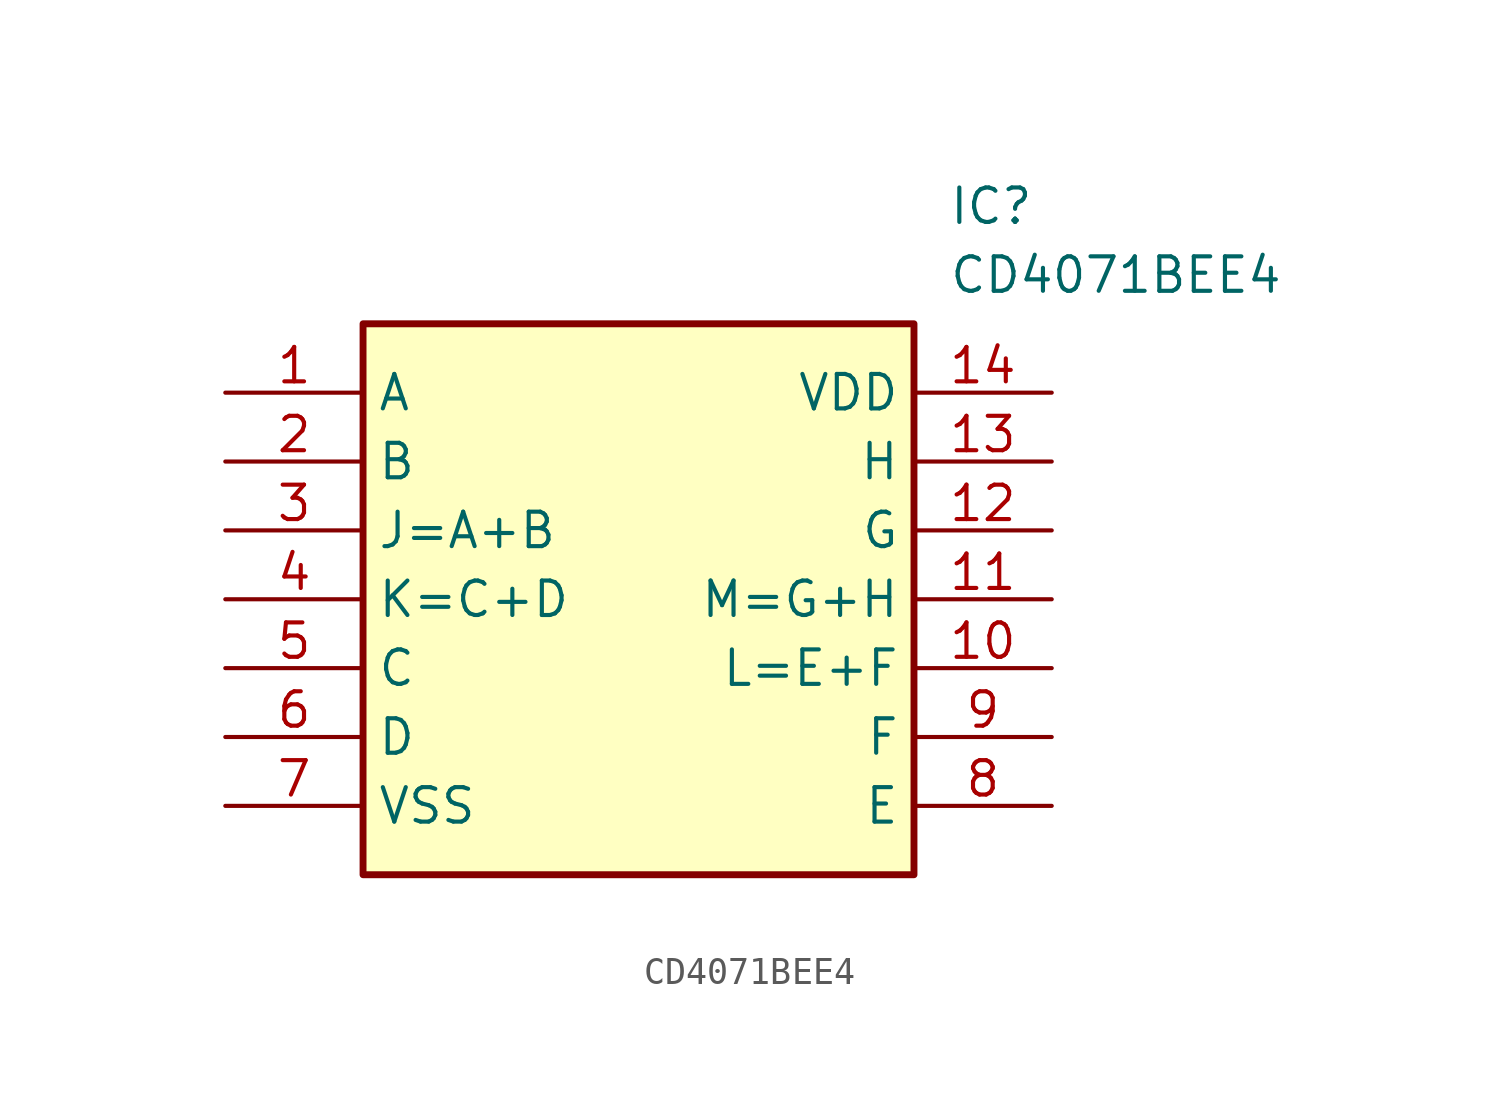
<source format=kicad_sym>
(kicad_symbol_lib
  (version 20211014)
  (generator SamacSys_ECAD_Model)
  (symbol "CD4071BEE4"
    (property "Reference" "IC"
      (at 26.67 7.62 0)
      (effects (font (size 1.27 1.27)) (justify left top)))
    (property "Value" "CD4071BEE4"
      (at 26.67 5.08 0)
      (effects (font (size 1.27 1.27)) (justify left top)))
    (rectangle
      (start 5.08 2.54)
      (end 25.4 -17.78)
      (stroke (width 0.254) (type default))
      (fill (type background)))
    (pin passive line
      (at 0 0 0)
      (length 5.08)
      (name "A" (effects (font (size 1.27 1.27))))
      (number "1" (effects (font (size 1.27 1.27)))))
    (pin passive line
      (at 0 -2.54 0)
      (length 5.08)
      (name "B" (effects (font (size 1.27 1.27))))
      (number "2" (effects (font (size 1.27 1.27)))))
    (pin passive line
      (at 0 -5.08 0)
      (length 5.08)
      (name "J=A+B" (effects (font (size 1.27 1.27))))
      (number "3" (effects (font (size 1.27 1.27)))))
    (pin passive line
      (at 0 -7.62 0)
      (length 5.08)
      (name "K=C+D" (effects (font (size 1.27 1.27))))
      (number "4" (effects (font (size 1.27 1.27)))))
    (pin passive line
      (at 0 -10.16 0)
      (length 5.08)
      (name "C" (effects (font (size 1.27 1.27))))
      (number "5" (effects (font (size 1.27 1.27)))))
    (pin passive line
      (at 0 -12.7 0)
      (length 5.08)
      (name "D" (effects (font (size 1.27 1.27))))
      (number "6" (effects (font (size 1.27 1.27)))))
    (pin passive line
      (at 0 -15.24 0)
      (length 5.08)
      (name "VSS" (effects (font (size 1.27 1.27))))
      (number "7" (effects (font (size 1.27 1.27)))))
    (pin passive line
      (at 30.48 0 180)
      (length 5.08)
      (name "VDD" (effects (font (size 1.27 1.27))))
      (number "14" (effects (font (size 1.27 1.27)))))
    (pin passive line
      (at 30.48 -2.54 180)
      (length 5.08)
      (name "H" (effects (font (size 1.27 1.27))))
      (number "13" (effects (font (size 1.27 1.27)))))
    (pin passive line
      (at 30.48 -5.08 180)
      (length 5.08)
      (name "G" (effects (font (size 1.27 1.27))))
      (number "12" (effects (font (size 1.27 1.27)))))
    (pin passive line
      (at 30.48 -7.62 180)
      (length 5.08)
      (name "M=G+H" (effects (font (size 1.27 1.27))))
      (number "11" (effects (font (size 1.27 1.27)))))
    (pin passive line
      (at 30.48 -10.16 180)
      (length 5.08)
      (name "L=E+F" (effects (font (size 1.27 1.27))))
      (number "10" (effects (font (size 1.27 1.27)))))
    (pin passive line
      (at 30.48 -12.7 180)
      (length 5.08)
      (name "F" (effects (font (size 1.27 1.27))))
      (number "9" (effects (font (size 1.27 1.27)))))
    (pin passive line
      (at 30.48 -15.24 180)
      (length 5.08)
      (name "E" (effects (font (size 1.27 1.27))))
      (number "8" (effects (font (size 1.27 1.27)))))))
</source>
